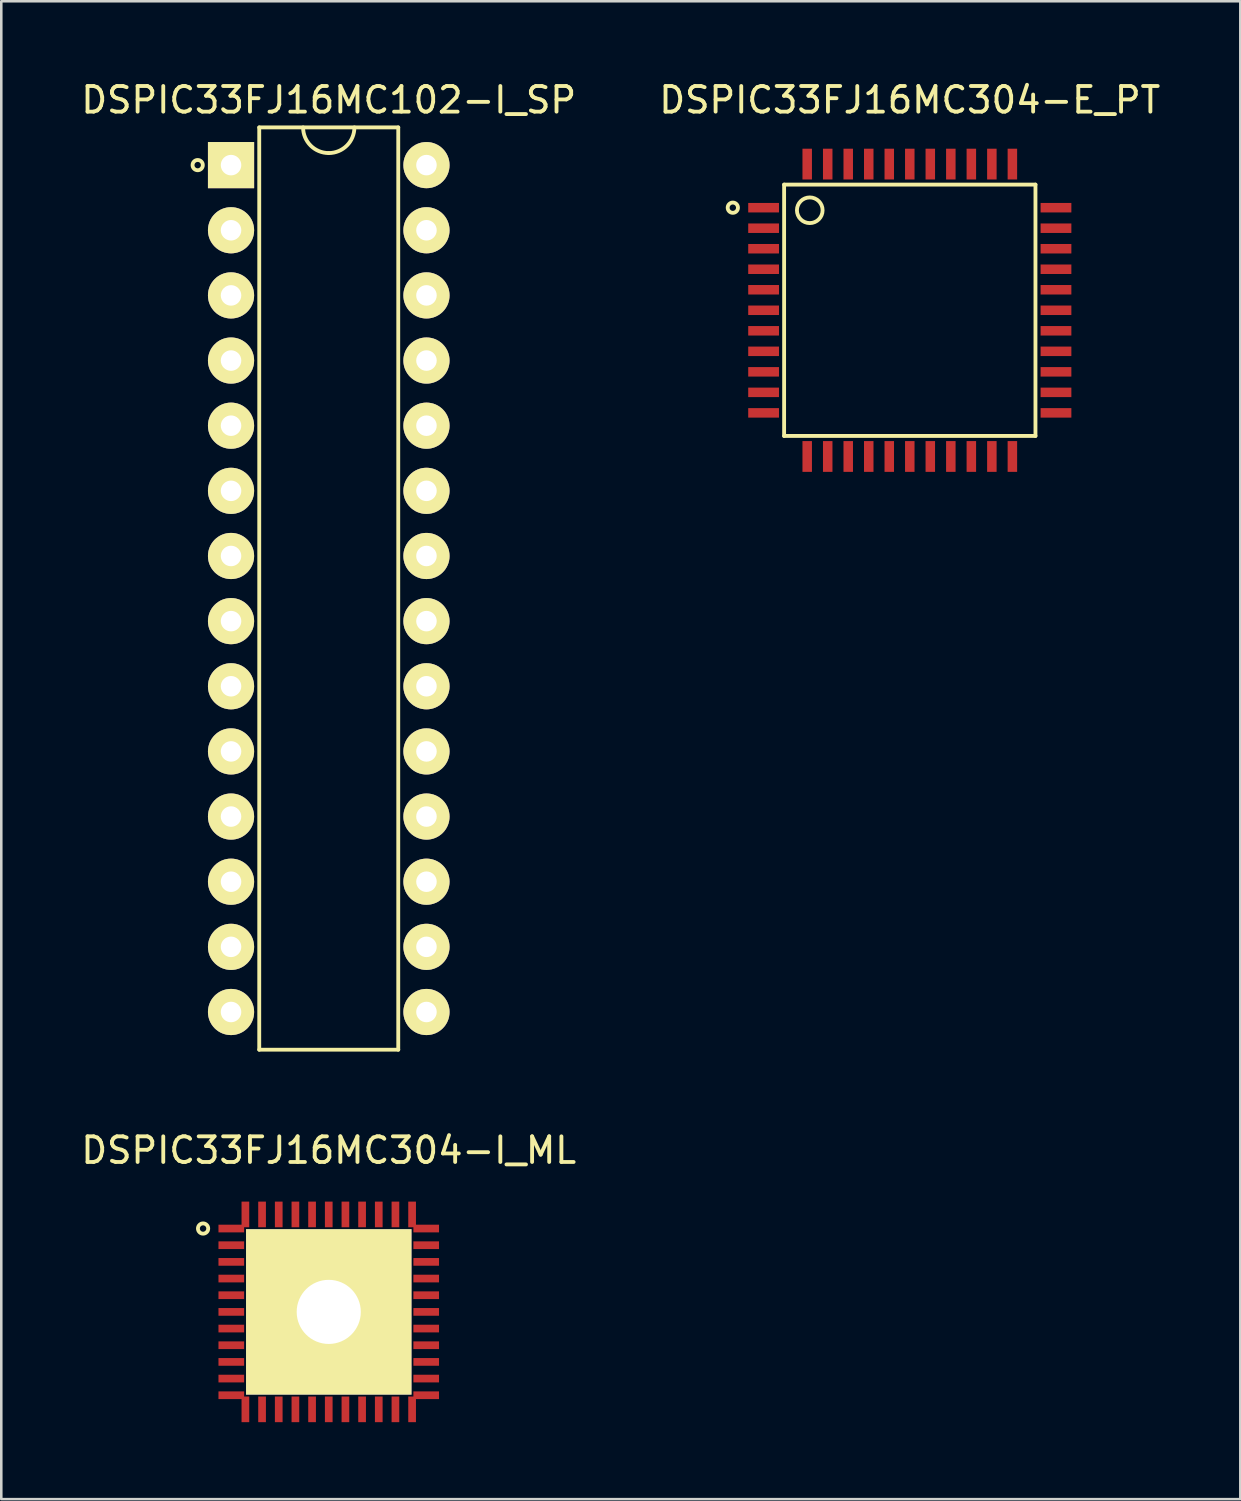
<source format=kicad_pcb>
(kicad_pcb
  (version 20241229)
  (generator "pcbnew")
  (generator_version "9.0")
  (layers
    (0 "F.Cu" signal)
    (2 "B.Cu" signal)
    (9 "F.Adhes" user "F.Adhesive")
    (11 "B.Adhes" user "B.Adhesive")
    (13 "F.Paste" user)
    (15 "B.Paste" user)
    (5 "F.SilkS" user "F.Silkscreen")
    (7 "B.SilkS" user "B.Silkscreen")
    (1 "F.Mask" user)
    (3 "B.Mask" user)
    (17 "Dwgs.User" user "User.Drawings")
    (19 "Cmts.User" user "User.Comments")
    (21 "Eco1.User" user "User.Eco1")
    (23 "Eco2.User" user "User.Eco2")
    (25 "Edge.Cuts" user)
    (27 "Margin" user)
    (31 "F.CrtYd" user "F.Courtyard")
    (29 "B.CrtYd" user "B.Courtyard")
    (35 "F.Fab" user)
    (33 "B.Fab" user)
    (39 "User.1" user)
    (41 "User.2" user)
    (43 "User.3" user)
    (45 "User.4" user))
  (footprint "DSPIC33FJ16MC304-I_ML"
    (layer "F.Cu")
    (at 5.968 44.301)
    (property "Reference" "DSPIC33FJ16MC304-I_ML" (at 3.8 -2.5 0) (layer "F.SilkS") (effects (font (size 1 1) (thickness 0.15))))
    (attr through_hole)
    (fp_line (start 0.7 0.7) (end 0.7 6.9) (stroke (width 0.15) (type solid)) (layer "F.SilkS"))
    (fp_line (start 0.7 0.7) (end 6.9 0.7) (stroke (width 0.15) (type solid)) (layer "F.SilkS"))
    (fp_line (start 0.7 6.9) (end 6.9 6.9) (stroke (width 0.15) (type solid)) (layer "F.SilkS"))
    (fp_line (start 6.9 6.9) (end 6.9 0.7) (stroke (width 0.15) (type solid)) (layer "F.SilkS"))
    (fp_circle (center -1.1 0.55) (end -1.1 0.35) (stroke (width 0.15) (type solid)) (fill no) (layer "F.SilkS"))
    (fp_circle (center 1.7 1.7) (end 1.7 1.2) (stroke (width 0.15) (type solid)) (fill no) (layer "F.SilkS"))
    (pad "1" smd rect (at 0 0.55) (size 1 0.3) (layers "F.Cu" "F.Mask" "F.Paste"))
    (pad "2" smd rect (at 0 1.2) (size 1 0.3) (layers "F.Cu" "F.Mask" "F.Paste"))
    (pad "3" smd rect (at 0 1.85) (size 1 0.3) (layers "F.Cu" "F.Mask" "F.Paste"))
    (pad "4" smd rect (at 0 2.5) (size 1 0.3) (layers "F.Cu" "F.Mask" "F.Paste"))
    (pad "5" smd rect (at 0 3.15) (size 1 0.3) (layers "F.Cu" "F.Mask" "F.Paste"))
    (pad "6" smd rect (at 0 3.8) (size 1 0.3) (layers "F.Cu" "F.Mask" "F.Paste"))
    (pad "7" smd rect (at 0 4.45) (size 1 0.3) (layers "F.Cu" "F.Mask" "F.Paste"))
    (pad "8" smd rect (at 0 5.1) (size 1 0.3) (layers "F.Cu" "F.Mask" "F.Paste"))
    (pad "9" smd rect (at 0 5.75) (size 1 0.3) (layers "F.Cu" "F.Mask" "F.Paste"))
    (pad "10" smd rect (at 0 6.4) (size 1 0.3) (layers "F.Cu" "F.Mask" "F.Paste"))
    (pad "11" smd rect (at 0 7.05) (size 1 0.3) (layers "F.Cu" "F.Mask" "F.Paste"))
    (pad "12" smd rect (at 0.55 7.6) (size 0.3 1) (layers "F.Cu" "F.Mask" "F.Paste"))
    (pad "13" smd rect (at 1.2 7.6) (size 0.3 1) (layers "F.Cu" "F.Mask" "F.Paste"))
    (pad "14" smd rect (at 1.85 7.6) (size 0.3 1) (layers "F.Cu" "F.Mask" "F.Paste"))
    (pad "15" smd rect (at 2.5 7.6) (size 0.3 1) (layers "F.Cu" "F.Mask" "F.Paste"))
    (pad "16" smd rect (at 3.15 7.6) (size 0.3 1) (layers "F.Cu" "F.Mask" "F.Paste"))
    (pad "17" smd rect (at 3.8 7.6) (size 0.3 1) (layers "F.Cu" "F.Mask" "F.Paste"))
    (pad "18" smd rect (at 4.45 7.6) (size 0.3 1) (layers "F.Cu" "F.Mask" "F.Paste"))
    (pad "19" smd rect (at 5.1 7.6) (size 0.3 1) (layers "F.Cu" "F.Mask" "F.Paste"))
    (pad "20" smd rect (at 5.75 7.6) (size 0.3 1) (layers "F.Cu" "F.Mask" "F.Paste"))
    (pad "21" smd rect (at 6.4 7.6) (size 0.3 1) (layers "F.Cu" "F.Mask" "F.Paste"))
    (pad "22" smd rect (at 7.05 7.6) (size 0.3 1) (layers "F.Cu" "F.Mask" "F.Paste"))
    (pad "23" smd rect (at 7.6 7.05) (size 1 0.3) (layers "F.Cu" "F.Mask" "F.Paste"))
    (pad "24" smd rect (at 7.6 6.4) (size 1 0.3) (layers "F.Cu" "F.Mask" "F.Paste"))
    (pad "25" smd rect (at 7.6 5.75) (size 1 0.3) (layers "F.Cu" "F.Mask" "F.Paste"))
    (pad "26" smd rect (at 7.6 5.1) (size 1 0.3) (layers "F.Cu" "F.Mask" "F.Paste"))
    (pad "27" smd rect (at 7.6 4.45) (size 1 0.3) (layers "F.Cu" "F.Mask" "F.Paste"))
    (pad "28" smd rect (at 7.6 3.8) (size 1 0.3) (layers "F.Cu" "F.Mask" "F.Paste"))
    (pad "29" smd rect (at 7.6 3.15) (size 1 0.3) (layers "F.Cu" "F.Mask" "F.Paste"))
    (pad "30" smd rect (at 7.6 2.5) (size 1 0.3) (layers "F.Cu" "F.Mask" "F.Paste"))
    (pad "31" smd rect (at 7.6 1.85) (size 1 0.3) (layers "F.Cu" "F.Mask" "F.Paste"))
    (pad "32" smd rect (at 7.6 1.2) (size 1 0.3) (layers "F.Cu" "F.Mask" "F.Paste"))
    (pad "33" smd rect (at 7.6 0.55) (size 1 0.3) (layers "F.Cu" "F.Mask" "F.Paste"))
    (pad "34" smd rect (at 7.05 0) (size 0.3 1) (layers "F.Cu" "F.Mask" "F.Paste"))
    (pad "35" smd rect (at 6.4 0) (size 0.3 1) (layers "F.Cu" "F.Mask" "F.Paste"))
    (pad "36" smd rect (at 5.75 0) (size 0.3 1) (layers "F.Cu" "F.Mask" "F.Paste"))
    (pad "37" smd rect (at 5.1 0) (size 0.3 1) (layers "F.Cu" "F.Mask" "F.Paste"))
    (pad "38" smd rect (at 4.45 0) (size 0.3 1) (layers "F.Cu" "F.Mask" "F.Paste"))
    (pad "39" smd rect (at 3.8 0) (size 0.3 1) (layers "F.Cu" "F.Mask" "F.Paste"))
    (pad "40" smd rect (at 3.15 0) (size 0.3 1) (layers "F.Cu" "F.Mask" "F.Paste"))
    (pad "41" smd rect (at 2.5 0) (size 0.3 1) (layers "F.Cu" "F.Mask" "F.Paste"))
    (pad "42" smd rect (at 1.85 0) (size 0.3 1) (layers "F.Cu" "F.Mask" "F.Paste"))
    (pad "43" smd rect (at 1.2 0) (size 0.3 1) (layers "F.Cu" "F.Mask" "F.Paste"))
    (pad "44" smd rect (at 0.55 0) (size 0.3 1) (layers "F.Cu" "F.Mask" "F.Paste"))
    (pad "999" thru_hole rect (at 3.8 3.8) (size 6.45 6.45) (drill 2.5) (layers "*.Cu" "*.Mask" "F.SilkS")))
  (footprint "DSPIC33FJ16MC102-I_SP"
    (layer "F.Cu")
    (at 5.958 3.388)
    (property "Reference" "DSPIC33FJ16MC102-I_SP" (at 3.81 -2.54 0) (layer "F.SilkS") (effects (font (size 1 1) (thickness 0.15))))
    (attr through_hole)
    (fp_line (start 1.1 -1.47) (end 6.52 -1.47) (stroke (width 0.15) (type solid)) (layer "F.SilkS"))
    (fp_line (start 1.1 34.49) (end 1.1 -1.47) (stroke (width 0.15) (type solid)) (layer "F.SilkS"))
    (fp_line (start 6.52 -1.47) (end 6.52 34.49) (stroke (width 0.15) (type solid)) (layer "F.SilkS"))
    (fp_line (start 6.52 34.49) (end 1.1 34.49) (stroke (width 0.15) (type solid)) (layer "F.SilkS"))
    (fp_arc (start 3.81 -0.47) (mid 3.102893 -0.762893) (end 2.81 -1.47) (stroke (width 0.15) (type solid)) (layer "F.SilkS"))
    (fp_arc (start 4.81 -1.47) (mid 4.517107 -0.762893) (end 3.81 -0.47) (stroke (width 0.15) (type solid)) (layer "F.SilkS"))
    (fp_circle (center -1.3 0) (end -1.3 0.2) (stroke (width 0.15) (type solid)) (fill no) (layer "F.SilkS"))
    (pad "1" thru_hole rect (at 0 0) (size 1.8 1.8) (drill 0.8) (layers "*.Cu" "*.Mask" "F.SilkS"))
    (pad "2" thru_hole circle (at 0 2.54) (size 1.8 1.8) (drill 0.8) (layers "*.Cu" "*.Mask" "F.SilkS"))
    (pad "3" thru_hole circle (at 0 5.08) (size 1.8 1.8) (drill 0.8) (layers "*.Cu" "*.Mask" "F.SilkS"))
    (pad "4" thru_hole circle (at 0 7.62) (size 1.8 1.8) (drill 0.8) (layers "*.Cu" "*.Mask" "F.SilkS"))
    (pad "5" thru_hole circle (at 0 10.16) (size 1.8 1.8) (drill 0.8) (layers "*.Cu" "*.Mask" "F.SilkS"))
    (pad "6" thru_hole circle (at 0 12.7) (size 1.8 1.8) (drill 0.8) (layers "*.Cu" "*.Mask" "F.SilkS"))
    (pad "7" thru_hole circle (at 0 15.24) (size 1.8 1.8) (drill 0.8) (layers "*.Cu" "*.Mask" "F.SilkS"))
    (pad "8" thru_hole circle (at 0 17.78) (size 1.8 1.8) (drill 0.8) (layers "*.Cu" "*.Mask" "F.SilkS"))
    (pad "9" thru_hole circle (at 0 20.32) (size 1.8 1.8) (drill 0.8) (layers "*.Cu" "*.Mask" "F.SilkS"))
    (pad "10" thru_hole circle (at 0 22.86) (size 1.8 1.8) (drill 0.8) (layers "*.Cu" "*.Mask" "F.SilkS"))
    (pad "11" thru_hole circle (at 0 25.4) (size 1.8 1.8) (drill 0.8) (layers "*.Cu" "*.Mask" "F.SilkS"))
    (pad "12" thru_hole circle (at 0 27.94) (size 1.8 1.8) (drill 0.8) (layers "*.Cu" "*.Mask" "F.SilkS"))
    (pad "13" thru_hole circle (at 0 30.48) (size 1.8 1.8) (drill 0.8) (layers "*.Cu" "*.Mask" "F.SilkS"))
    (pad "14" thru_hole circle (at 0 33.02) (size 1.8 1.8) (drill 0.8) (layers "*.Cu" "*.Mask" "F.SilkS"))
    (pad "15" thru_hole circle (at 7.62 33.02) (size 1.8 1.8) (drill 0.8) (layers "*.Cu" "*.Mask" "F.SilkS"))
    (pad "16" thru_hole circle (at 7.62 30.48) (size 1.8 1.8) (drill 0.8) (layers "*.Cu" "*.Mask" "F.SilkS"))
    (pad "17" thru_hole circle (at 7.62 27.94) (size 1.8 1.8) (drill 0.8) (layers "*.Cu" "*.Mask" "F.SilkS"))
    (pad "18" thru_hole circle (at 7.62 25.4) (size 1.8 1.8) (drill 0.8) (layers "*.Cu" "*.Mask" "F.SilkS"))
    (pad "19" thru_hole circle (at 7.62 22.86) (size 1.8 1.8) (drill 0.8) (layers "*.Cu" "*.Mask" "F.SilkS"))
    (pad "20" thru_hole circle (at 7.62 20.32) (size 1.8 1.8) (drill 0.8) (layers "*.Cu" "*.Mask" "F.SilkS"))
    (pad "21" thru_hole circle (at 7.62 17.78) (size 1.8 1.8) (drill 0.8) (layers "*.Cu" "*.Mask" "F.SilkS"))
    (pad "22" thru_hole circle (at 7.62 15.24) (size 1.8 1.8) (drill 0.8) (layers "*.Cu" "*.Mask" "F.SilkS"))
    (pad "23" thru_hole circle (at 7.62 12.7) (size 1.8 1.8) (drill 0.8) (layers "*.Cu" "*.Mask" "F.SilkS"))
    (pad "24" thru_hole circle (at 7.62 10.16) (size 1.8 1.8) (drill 0.8) (layers "*.Cu" "*.Mask" "F.SilkS"))
    (pad "25" thru_hole circle (at 7.62 7.62) (size 1.8 1.8) (drill 0.8) (layers "*.Cu" "*.Mask" "F.SilkS"))
    (pad "26" thru_hole circle (at 7.62 5.08) (size 1.8 1.8) (drill 0.8) (layers "*.Cu" "*.Mask" "F.SilkS"))
    (pad "27" thru_hole circle (at 7.62 2.54) (size 1.8 1.8) (drill 0.8) (layers "*.Cu" "*.Mask" "F.SilkS"))
    (pad "28" thru_hole circle (at 7.62 0) (size 1.8 1.8) (drill 0.8) (layers "*.Cu" "*.Mask" "F.SilkS")))
  (footprint "DSPIC33FJ16MC304-E_PT"
    (layer "F.Cu")
    (at 26.723 3.348)
    (property "Reference" "DSPIC33FJ16MC304-E_PT" (at 5.7 -2.5 0) (layer "F.SilkS") (effects (font (size 1 1) (thickness 0.15))))
    (attr through_hole)
    (fp_line (start 0.8 0.8) (end 0.8 10.6) (stroke (width 0.15) (type solid)) (layer "F.SilkS"))
    (fp_line (start 0.8 0.8) (end 10.6 0.8) (stroke (width 0.15) (type solid)) (layer "F.SilkS"))
    (fp_line (start 0.8 10.6) (end 10.6 10.6) (stroke (width 0.15) (type solid)) (layer "F.SilkS"))
    (fp_line (start 10.6 10.6) (end 10.6 0.8) (stroke (width 0.15) (type solid)) (layer "F.SilkS"))
    (fp_circle (center -1.2 1.7) (end -1.2 1.5) (stroke (width 0.15) (type solid)) (fill no) (layer "F.SilkS"))
    (fp_circle (center 1.8 1.8) (end 1.8 1.3) (stroke (width 0.15) (type solid)) (fill no) (layer "F.SilkS"))
    (pad "1" smd rect (at 0 1.7) (size 1.2 0.37) (layers "F.Cu" "F.Mask" "F.Paste"))
    (pad "2" smd rect (at 0 2.5) (size 1.2 0.37) (layers "F.Cu" "F.Mask" "F.Paste"))
    (pad "3" smd rect (at 0 3.3) (size 1.2 0.37) (layers "F.Cu" "F.Mask" "F.Paste"))
    (pad "4" smd rect (at 0 4.1) (size 1.2 0.37) (layers "F.Cu" "F.Mask" "F.Paste"))
    (pad "5" smd rect (at 0 4.9) (size 1.2 0.37) (layers "F.Cu" "F.Mask" "F.Paste"))
    (pad "6" smd rect (at 0 5.7) (size 1.2 0.37) (layers "F.Cu" "F.Mask" "F.Paste"))
    (pad "7" smd rect (at 0 6.5) (size 1.2 0.37) (layers "F.Cu" "F.Mask" "F.Paste"))
    (pad "8" smd rect (at 0 7.3) (size 1.2 0.37) (layers "F.Cu" "F.Mask" "F.Paste"))
    (pad "9" smd rect (at 0 8.1) (size 1.2 0.37) (layers "F.Cu" "F.Mask" "F.Paste"))
    (pad "10" smd rect (at 0 8.9) (size 1.2 0.37) (layers "F.Cu" "F.Mask" "F.Paste"))
    (pad "11" smd rect (at 0 9.7) (size 1.2 0.37) (layers "F.Cu" "F.Mask" "F.Paste"))
    (pad "12" smd rect (at 1.7 11.4) (size 0.37 1.2) (layers "F.Cu" "F.Mask" "F.Paste"))
    (pad "13" smd rect (at 2.5 11.4) (size 0.37 1.2) (layers "F.Cu" "F.Mask" "F.Paste"))
    (pad "14" smd rect (at 3.3 11.4) (size 0.37 1.2) (layers "F.Cu" "F.Mask" "F.Paste"))
    (pad "15" smd rect (at 4.1 11.4) (size 0.37 1.2) (layers "F.Cu" "F.Mask" "F.Paste"))
    (pad "16" smd rect (at 4.9 11.4) (size 0.37 1.2) (layers "F.Cu" "F.Mask" "F.Paste"))
    (pad "17" smd rect (at 5.7 11.4) (size 0.37 1.2) (layers "F.Cu" "F.Mask" "F.Paste"))
    (pad "18" smd rect (at 6.5 11.4) (size 0.37 1.2) (layers "F.Cu" "F.Mask" "F.Paste"))
    (pad "19" smd rect (at 7.3 11.4) (size 0.37 1.2) (layers "F.Cu" "F.Mask" "F.Paste"))
    (pad "20" smd rect (at 8.1 11.4) (size 0.37 1.2) (layers "F.Cu" "F.Mask" "F.Paste"))
    (pad "21" smd rect (at 8.9 11.4) (size 0.37 1.2) (layers "F.Cu" "F.Mask" "F.Paste"))
    (pad "22" smd rect (at 9.7 11.4) (size 0.37 1.2) (layers "F.Cu" "F.Mask" "F.Paste"))
    (pad "23" smd rect (at 11.4 9.7) (size 1.2 0.37) (layers "F.Cu" "F.Mask" "F.Paste"))
    (pad "24" smd rect (at 11.4 8.9) (size 1.2 0.37) (layers "F.Cu" "F.Mask" "F.Paste"))
    (pad "25" smd rect (at 11.4 8.1) (size 1.2 0.37) (layers "F.Cu" "F.Mask" "F.Paste"))
    (pad "26" smd rect (at 11.4 7.3) (size 1.2 0.37) (layers "F.Cu" "F.Mask" "F.Paste"))
    (pad "27" smd rect (at 11.4 6.5) (size 1.2 0.37) (layers "F.Cu" "F.Mask" "F.Paste"))
    (pad "28" smd rect (at 11.4 5.7) (size 1.2 0.37) (layers "F.Cu" "F.Mask" "F.Paste"))
    (pad "29" smd rect (at 11.4 4.9) (size 1.2 0.37) (layers "F.Cu" "F.Mask" "F.Paste"))
    (pad "30" smd rect (at 11.4 4.1) (size 1.2 0.37) (layers "F.Cu" "F.Mask" "F.Paste"))
    (pad "31" smd rect (at 11.4 3.3) (size 1.2 0.37) (layers "F.Cu" "F.Mask" "F.Paste"))
    (pad "32" smd rect (at 11.4 2.5) (size 1.2 0.37) (layers "F.Cu" "F.Mask" "F.Paste"))
    (pad "33" smd rect (at 11.4 1.7) (size 1.2 0.37) (layers "F.Cu" "F.Mask" "F.Paste"))
    (pad "34" smd rect (at 9.7 0) (size 0.37 1.2) (layers "F.Cu" "F.Mask" "F.Paste"))
    (pad "35" smd rect (at 8.9 0) (size 0.37 1.2) (layers "F.Cu" "F.Mask" "F.Paste"))
    (pad "36" smd rect (at 8.1 0) (size 0.37 1.2) (layers "F.Cu" "F.Mask" "F.Paste"))
    (pad "37" smd rect (at 7.3 0) (size 0.37 1.2) (layers "F.Cu" "F.Mask" "F.Paste"))
    (pad "38" smd rect (at 6.5 0) (size 0.37 1.2) (layers "F.Cu" "F.Mask" "F.Paste"))
    (pad "39" smd rect (at 5.7 0) (size 0.37 1.2) (layers "F.Cu" "F.Mask" "F.Paste"))
    (pad "40" smd rect (at 4.9 0) (size 0.37 1.2) (layers "F.Cu" "F.Mask" "F.Paste"))
    (pad "41" smd rect (at 4.1 0) (size 0.37 1.2) (layers "F.Cu" "F.Mask" "F.Paste"))
    (pad "42" smd rect (at 3.3 0) (size 0.37 1.2) (layers "F.Cu" "F.Mask" "F.Paste"))
    (pad "43" smd rect (at 2.5 0) (size 0.37 1.2) (layers "F.Cu" "F.Mask" "F.Paste"))
    (pad "44" smd rect (at 1.7 0) (size 0.37 1.2) (layers "F.Cu" "F.Mask" "F.Paste")))
  (gr_rect
    (start -3 -3)
    (end 45.31 55.401)
    (stroke (width 0.1) (type default))
    (fill no)
    (layer "Edge.Cuts")))
</source>
